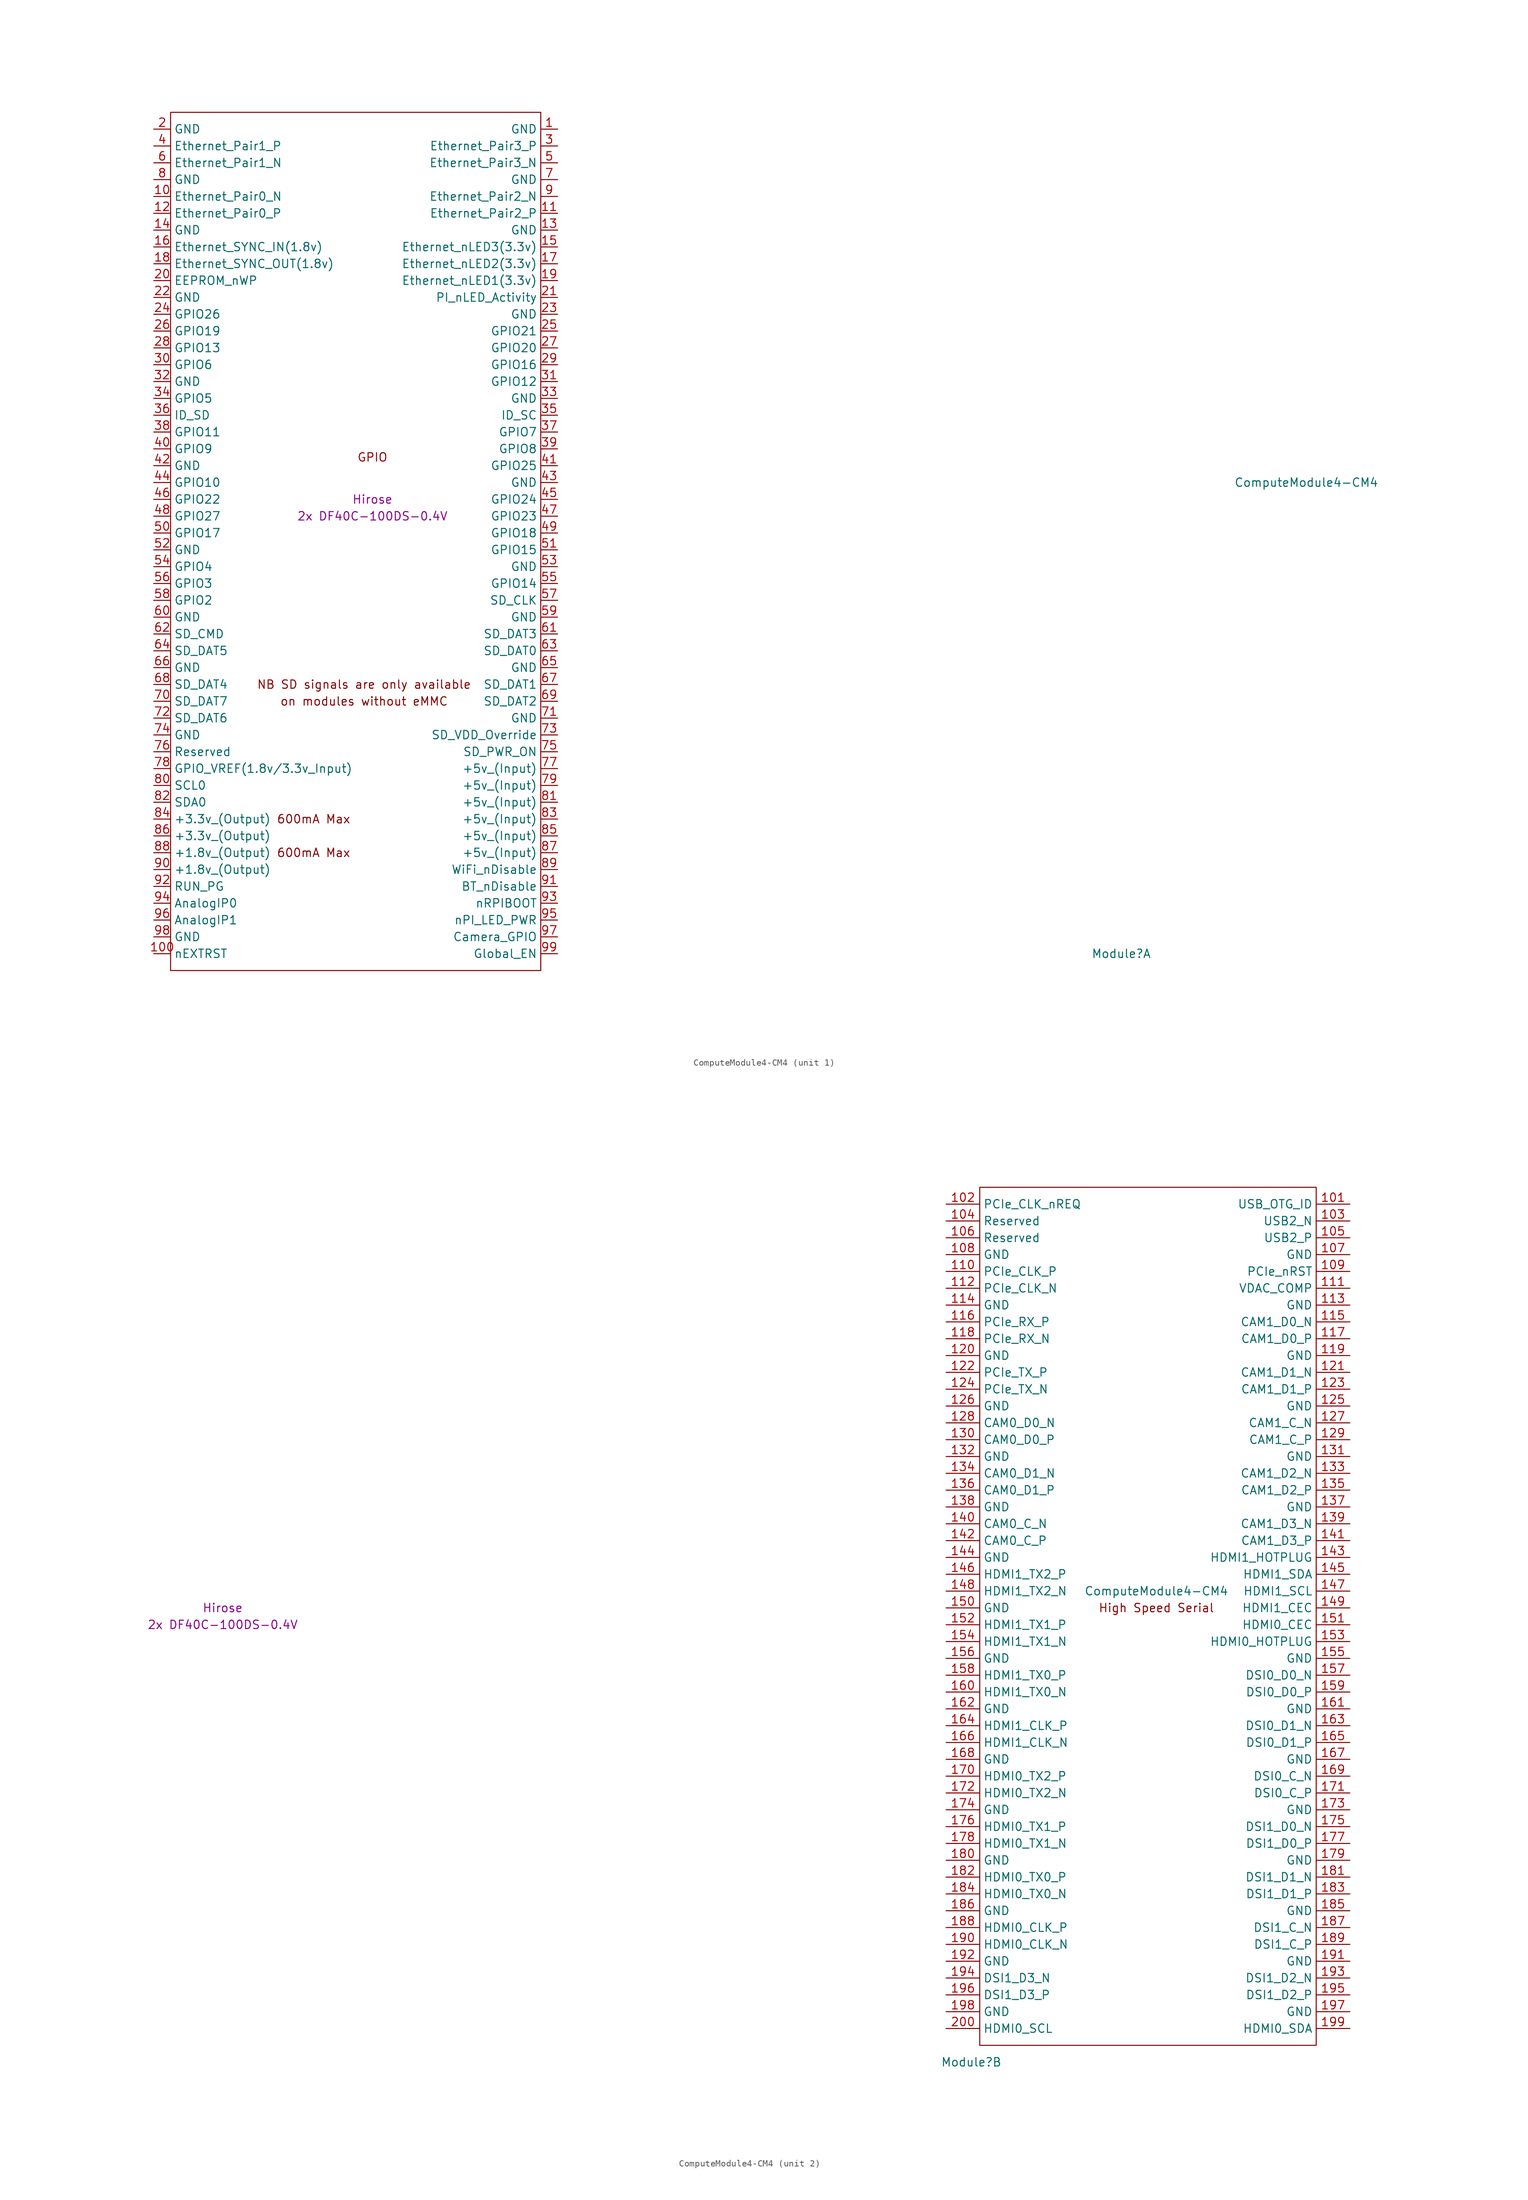
<source format=kicad_sym>
(kicad_symbol_lib
  (version 20201005)
  (generator kicad_symbol_editor)
  (symbol "AP3500:ComputeModule4-CM4"
    (property "Reference" "Module"
      (at 113.03 -68.58 0)
      (effects (font (size 1.27 1.27))))
    (property "Value" "ComputeModule4-CM4"
      (at 140.97 2.54 0)
      (effects (font (size 1.27 1.27))))
    (property "Field4" "Hirose"
      (at 0 0 0)
      (effects (font (size 1.27 1.27))))
    (property "Field5" "2x DF40C-100DS-0.4V"
      (at 0 -2.54 0)
      (effects (font (size 1.27 1.27))))
    (symbol "ComputeModule4-CM4_1_0"
      (text "GPIO" (at 0 6.35 0) (effects (font (size 1.27 1.27)))))
    (symbol "ComputeModule4-CM4_1_1"
      (text "600mA Max" (at -8.89 -53.34 0) (effects (font (size 1.27 1.27))))
      (text "600mA Max" (at -8.89 -48.26 0) (effects (font (size 1.27 1.27))))
      (text "NB SD signals are only available" (at -1.27 -27.94 0) (effects (font (size 1.27 1.27))))
      (text "on modules without eMMC" (at -1.27 -30.48 0) (effects (font (size 1.27 1.27))))
      (rectangle (start -30.48 -71.12) (end 25.4 58.42) (stroke (width 0)) (fill (type none)))
      (pin power_in line (at 27.94 55.88 180) (length 2.54) (name "GND" (effects (font (size 1.27 1.27)))) (number "1" (effects (font (size 1.27 1.27)))))
      (pin passive line (at -33.02 45.72 0) (length 2.54) (name "Ethernet_Pair0_N" (effects (font (size 1.27 1.27)))) (number "10" (effects (font (size 1.27 1.27)))))
      (pin output line (at -33.02 -68.58 0) (length 2.54) (name "nEXTRST" (effects (font (size 1.27 1.27)))) (number "100" (effects (font (size 1.27 1.27)))))
      (pin passive line (at 27.94 43.18 180) (length 2.54) (name "Ethernet_Pair2_P" (effects (font (size 1.27 1.27)))) (number "11" (effects (font (size 1.27 1.27)))))
      (pin passive line (at -33.02 43.18 0) (length 2.54) (name "Ethernet_Pair0_P" (effects (font (size 1.27 1.27)))) (number "12" (effects (font (size 1.27 1.27)))))
      (pin power_in line (at 27.94 40.64 180) (length 2.54) (name "GND" (effects (font (size 1.27 1.27)))) (number "13" (effects (font (size 1.27 1.27)))))
      (pin power_in line (at -33.02 40.64 0) (length 2.54) (name "GND" (effects (font (size 1.27 1.27)))) (number "14" (effects (font (size 1.27 1.27)))))
      (pin output line (at 27.94 38.1 180) (length 2.54) (name "Ethernet_nLED3(3.3v)" (effects (font (size 1.27 1.27)))) (number "15" (effects (font (size 1.27 1.27)))))
      (pin input line (at -33.02 38.1 0) (length 2.54) (name "Ethernet_SYNC_IN(1.8v)" (effects (font (size 1.27 1.27)))) (number "16" (effects (font (size 1.27 1.27)))))
      (pin output line (at 27.94 35.56 180) (length 2.54) (name "Ethernet_nLED2(3.3v)" (effects (font (size 1.27 1.27)))) (number "17" (effects (font (size 1.27 1.27)))))
      (pin input line (at -33.02 35.56 0) (length 2.54) (name "Ethernet_SYNC_OUT(1.8v)" (effects (font (size 1.27 1.27)))) (number "18" (effects (font (size 1.27 1.27)))))
      (pin output line (at 27.94 33.02 180) (length 2.54) (name "Ethernet_nLED1(3.3v)" (effects (font (size 1.27 1.27)))) (number "19" (effects (font (size 1.27 1.27)))))
      (pin power_in line (at -33.02 55.88 0) (length 2.54) (name "GND" (effects (font (size 1.27 1.27)))) (number "2" (effects (font (size 1.27 1.27)))))
      (pin passive line (at -33.02 33.02 0) (length 2.54) (name "EEPROM_nWP" (effects (font (size 1.27 1.27)))) (number "20" (effects (font (size 1.27 1.27)))))
      (pin open_collector line (at 27.94 30.48 180) (length 2.54) (name "PI_nLED_Activity" (effects (font (size 1.27 1.27)))) (number "21" (effects (font (size 1.27 1.27)))))
      (pin power_in line (at -33.02 30.48 0) (length 2.54) (name "GND" (effects (font (size 1.27 1.27)))) (number "22" (effects (font (size 1.27 1.27)))))
      (pin power_in line (at 27.94 27.94 180) (length 2.54) (name "GND" (effects (font (size 1.27 1.27)))) (number "23" (effects (font (size 1.27 1.27)))))
      (pin passive line (at -33.02 27.94 0) (length 2.54) (name "GPIO26" (effects (font (size 1.27 1.27)))) (number "24" (effects (font (size 1.27 1.27)))))
      (pin passive line (at 27.94 25.4 180) (length 2.54) (name "GPIO21" (effects (font (size 1.27 1.27)))) (number "25" (effects (font (size 1.27 1.27)))))
      (pin passive line (at -33.02 25.4 0) (length 2.54) (name "GPIO19" (effects (font (size 1.27 1.27)))) (number "26" (effects (font (size 1.27 1.27)))))
      (pin passive line (at 27.94 22.86 180) (length 2.54) (name "GPIO20" (effects (font (size 1.27 1.27)))) (number "27" (effects (font (size 1.27 1.27)))))
      (pin passive line (at -33.02 22.86 0) (length 2.54) (name "GPIO13" (effects (font (size 1.27 1.27)))) (number "28" (effects (font (size 1.27 1.27)))))
      (pin passive line (at 27.94 20.32 180) (length 2.54) (name "GPIO16" (effects (font (size 1.27 1.27)))) (number "29" (effects (font (size 1.27 1.27)))))
      (pin passive line (at 27.94 53.34 180) (length 2.54) (name "Ethernet_Pair3_P" (effects (font (size 1.27 1.27)))) (number "3" (effects (font (size 1.27 1.27)))))
      (pin passive line (at -33.02 20.32 0) (length 2.54) (name "GPIO6" (effects (font (size 1.27 1.27)))) (number "30" (effects (font (size 1.27 1.27)))))
      (pin passive line (at 27.94 17.78 180) (length 2.54) (name "GPIO12" (effects (font (size 1.27 1.27)))) (number "31" (effects (font (size 1.27 1.27)))))
      (pin power_in line (at -33.02 17.78 0) (length 2.54) (name "GND" (effects (font (size 1.27 1.27)))) (number "32" (effects (font (size 1.27 1.27)))))
      (pin power_in line (at 27.94 15.24 180) (length 2.54) (name "GND" (effects (font (size 1.27 1.27)))) (number "33" (effects (font (size 1.27 1.27)))))
      (pin passive line (at -33.02 15.24 0) (length 2.54) (name "GPIO5" (effects (font (size 1.27 1.27)))) (number "34" (effects (font (size 1.27 1.27)))))
      (pin passive line (at 27.94 12.7 180) (length 2.54) (name "ID_SC" (effects (font (size 1.27 1.27)))) (number "35" (effects (font (size 1.27 1.27)))))
      (pin passive line (at -33.02 12.7 0) (length 2.54) (name "ID_SD" (effects (font (size 1.27 1.27)))) (number "36" (effects (font (size 1.27 1.27)))))
      (pin passive line (at 27.94 10.16 180) (length 2.54) (name "GPIO7" (effects (font (size 1.27 1.27)))) (number "37" (effects (font (size 1.27 1.27)))))
      (pin passive line (at -33.02 10.16 0) (length 2.54) (name "GPIO11" (effects (font (size 1.27 1.27)))) (number "38" (effects (font (size 1.27 1.27)))))
      (pin passive line (at 27.94 7.62 180) (length 2.54) (name "GPIO8" (effects (font (size 1.27 1.27)))) (number "39" (effects (font (size 1.27 1.27)))))
      (pin passive line (at -33.02 53.34 0) (length 2.54) (name "Ethernet_Pair1_P" (effects (font (size 1.27 1.27)))) (number "4" (effects (font (size 1.27 1.27)))))
      (pin passive line (at -33.02 7.62 0) (length 2.54) (name "GPIO9" (effects (font (size 1.27 1.27)))) (number "40" (effects (font (size 1.27 1.27)))))
      (pin passive line (at 27.94 5.08 180) (length 2.54) (name "GPIO25" (effects (font (size 1.27 1.27)))) (number "41" (effects (font (size 1.27 1.27)))))
      (pin power_in line (at -33.02 5.08 0) (length 2.54) (name "GND" (effects (font (size 1.27 1.27)))) (number "42" (effects (font (size 1.27 1.27)))))
      (pin power_in line (at 27.94 2.54 180) (length 2.54) (name "GND" (effects (font (size 1.27 1.27)))) (number "43" (effects (font (size 1.27 1.27)))))
      (pin passive line (at -33.02 2.54 0) (length 2.54) (name "GPIO10" (effects (font (size 1.27 1.27)))) (number "44" (effects (font (size 1.27 1.27)))))
      (pin passive line (at 27.94 0 180) (length 2.54) (name "GPIO24" (effects (font (size 1.27 1.27)))) (number "45" (effects (font (size 1.27 1.27)))))
      (pin passive line (at -33.02 0 0) (length 2.54) (name "GPIO22" (effects (font (size 1.27 1.27)))) (number "46" (effects (font (size 1.27 1.27)))))
      (pin passive line (at 27.94 -2.54 180) (length 2.54) (name "GPIO23" (effects (font (size 1.27 1.27)))) (number "47" (effects (font (size 1.27 1.27)))))
      (pin passive line (at -33.02 -2.54 0) (length 2.54) (name "GPIO27" (effects (font (size 1.27 1.27)))) (number "48" (effects (font (size 1.27 1.27)))))
      (pin passive line (at 27.94 -5.08 180) (length 2.54) (name "GPIO18" (effects (font (size 1.27 1.27)))) (number "49" (effects (font (size 1.27 1.27)))))
      (pin passive line (at 27.94 50.8 180) (length 2.54) (name "Ethernet_Pair3_N" (effects (font (size 1.27 1.27)))) (number "5" (effects (font (size 1.27 1.27)))))
      (pin passive line (at -33.02 -5.08 0) (length 2.54) (name "GPIO17" (effects (font (size 1.27 1.27)))) (number "50" (effects (font (size 1.27 1.27)))))
      (pin passive line (at 27.94 -7.62 180) (length 2.54) (name "GPIO15" (effects (font (size 1.27 1.27)))) (number "51" (effects (font (size 1.27 1.27)))))
      (pin power_in line (at -33.02 -7.62 0) (length 2.54) (name "GND" (effects (font (size 1.27 1.27)))) (number "52" (effects (font (size 1.27 1.27)))))
      (pin power_in line (at 27.94 -10.16 180) (length 2.54) (name "GND" (effects (font (size 1.27 1.27)))) (number "53" (effects (font (size 1.27 1.27)))))
      (pin passive line (at -33.02 -10.16 0) (length 2.54) (name "GPIO4" (effects (font (size 1.27 1.27)))) (number "54" (effects (font (size 1.27 1.27)))))
      (pin passive line (at 27.94 -12.7 180) (length 2.54) (name "GPIO14" (effects (font (size 1.27 1.27)))) (number "55" (effects (font (size 1.27 1.27)))))
      (pin passive line (at -33.02 -12.7 0) (length 2.54) (name "GPIO3" (effects (font (size 1.27 1.27)))) (number "56" (effects (font (size 1.27 1.27)))))
      (pin passive line (at 27.94 -15.24 180) (length 2.54) (name "SD_CLK" (effects (font (size 1.27 1.27)))) (number "57" (effects (font (size 1.27 1.27)))))
      (pin passive line (at -33.02 -15.24 0) (length 2.54) (name "GPIO2" (effects (font (size 1.27 1.27)))) (number "58" (effects (font (size 1.27 1.27)))))
      (pin power_in line (at 27.94 -17.78 180) (length 2.54) (name "GND" (effects (font (size 1.27 1.27)))) (number "59" (effects (font (size 1.27 1.27)))))
      (pin passive line (at -33.02 50.8 0) (length 2.54) (name "Ethernet_Pair1_N" (effects (font (size 1.27 1.27)))) (number "6" (effects (font (size 1.27 1.27)))))
      (pin power_in line (at -33.02 -17.78 0) (length 2.54) (name "GND" (effects (font (size 1.27 1.27)))) (number "60" (effects (font (size 1.27 1.27)))))
      (pin passive line (at 27.94 -20.32 180) (length 2.54) (name "SD_DAT3" (effects (font (size 1.27 1.27)))) (number "61" (effects (font (size 1.27 1.27)))))
      (pin passive line (at -33.02 -20.32 0) (length 2.54) (name "SD_CMD" (effects (font (size 1.27 1.27)))) (number "62" (effects (font (size 1.27 1.27)))))
      (pin passive line (at 27.94 -22.86 180) (length 2.54) (name "SD_DAT0" (effects (font (size 1.27 1.27)))) (number "63" (effects (font (size 1.27 1.27)))))
      (pin passive line (at -33.02 -22.86 0) (length 2.54) (name "SD_DAT5" (effects (font (size 1.27 1.27)))) (number "64" (effects (font (size 1.27 1.27)))))
      (pin power_in line (at 27.94 -25.4 180) (length 2.54) (name "GND" (effects (font (size 1.27 1.27)))) (number "65" (effects (font (size 1.27 1.27)))))
      (pin power_in line (at -33.02 -25.4 0) (length 2.54) (name "GND" (effects (font (size 1.27 1.27)))) (number "66" (effects (font (size 1.27 1.27)))))
      (pin passive line (at 27.94 -27.94 180) (length 2.54) (name "SD_DAT1" (effects (font (size 1.27 1.27)))) (number "67" (effects (font (size 1.27 1.27)))))
      (pin passive line (at -33.02 -27.94 0) (length 2.54) (name "SD_DAT4" (effects (font (size 1.27 1.27)))) (number "68" (effects (font (size 1.27 1.27)))))
      (pin passive line (at 27.94 -30.48 180) (length 2.54) (name "SD_DAT2" (effects (font (size 1.27 1.27)))) (number "69" (effects (font (size 1.27 1.27)))))
      (pin power_in line (at 27.94 48.26 180) (length 2.54) (name "GND" (effects (font (size 1.27 1.27)))) (number "7" (effects (font (size 1.27 1.27)))))
      (pin passive line (at -33.02 -30.48 0) (length 2.54) (name "SD_DAT7" (effects (font (size 1.27 1.27)))) (number "70" (effects (font (size 1.27 1.27)))))
      (pin power_in line (at 27.94 -33.02 180) (length 2.54) (name "GND" (effects (font (size 1.27 1.27)))) (number "71" (effects (font (size 1.27 1.27)))))
      (pin passive line (at -33.02 -33.02 0) (length 2.54) (name "SD_DAT6" (effects (font (size 1.27 1.27)))) (number "72" (effects (font (size 1.27 1.27)))))
      (pin input line (at 27.94 -35.56 180) (length 2.54) (name "SD_VDD_Override" (effects (font (size 1.27 1.27)))) (number "73" (effects (font (size 1.27 1.27)))))
      (pin power_in line (at -33.02 -35.56 0) (length 2.54) (name "GND" (effects (font (size 1.27 1.27)))) (number "74" (effects (font (size 1.27 1.27)))))
      (pin output line (at 27.94 -38.1 180) (length 2.54) (name "SD_PWR_ON" (effects (font (size 1.27 1.27)))) (number "75" (effects (font (size 1.27 1.27)))))
      (pin passive line (at -33.02 -38.1 0) (length 2.54) (name "Reserved" (effects (font (size 1.27 1.27)))) (number "76" (effects (font (size 1.27 1.27)))))
      (pin power_in line (at 27.94 -40.64 180) (length 2.54) (name "+5v_(Input)" (effects (font (size 1.27 1.27)))) (number "77" (effects (font (size 1.27 1.27)))))
      (pin power_in line (at -33.02 -40.64 0) (length 2.54) (name "GPIO_VREF(1.8v/3.3v_Input)" (effects (font (size 1.27 1.27)))) (number "78" (effects (font (size 1.27 1.27)))))
      (pin power_in line (at 27.94 -43.18 180) (length 2.54) (name "+5v_(Input)" (effects (font (size 1.27 1.27)))) (number "79" (effects (font (size 1.27 1.27)))))
      (pin power_in line (at -33.02 48.26 0) (length 2.54) (name "GND" (effects (font (size 1.27 1.27)))) (number "8" (effects (font (size 1.27 1.27)))))
      (pin passive line (at -33.02 -43.18 0) (length 2.54) (name "SCL0" (effects (font (size 1.27 1.27)))) (number "80" (effects (font (size 1.27 1.27)))))
      (pin power_in line (at 27.94 -45.72 180) (length 2.54) (name "+5v_(Input)" (effects (font (size 1.27 1.27)))) (number "81" (effects (font (size 1.27 1.27)))))
      (pin passive line (at -33.02 -45.72 0) (length 2.54) (name "SDA0" (effects (font (size 1.27 1.27)))) (number "82" (effects (font (size 1.27 1.27)))))
      (pin power_in line (at 27.94 -48.26 180) (length 2.54) (name "+5v_(Input)" (effects (font (size 1.27 1.27)))) (number "83" (effects (font (size 1.27 1.27)))))
      (pin power_out line (at -33.02 -48.26 0) (length 2.54) (name "+3.3v_(Output)" (effects (font (size 1.27 1.27)))) (number "84" (effects (font (size 1.27 1.27)))))
      (pin power_in line (at 27.94 -50.8 180) (length 2.54) (name "+5v_(Input)" (effects (font (size 1.27 1.27)))) (number "85" (effects (font (size 1.27 1.27)))))
      (pin power_out line (at -33.02 -50.8 0) (length 2.54) (name "+3.3v_(Output)" (effects (font (size 1.27 1.27)))) (number "86" (effects (font (size 1.27 1.27)))))
      (pin power_in line (at 27.94 -53.34 180) (length 2.54) (name "+5v_(Input)" (effects (font (size 1.27 1.27)))) (number "87" (effects (font (size 1.27 1.27)))))
      (pin power_out line (at -33.02 -53.34 0) (length 2.54) (name "+1.8v_(Output)" (effects (font (size 1.27 1.27)))) (number "88" (effects (font (size 1.27 1.27)))))
      (pin power_in line (at 27.94 -55.88 180) (length 2.54) (name "WiFi_nDisable" (effects (font (size 1.27 1.27)))) (number "89" (effects (font (size 1.27 1.27)))))
      (pin passive line (at 27.94 45.72 180) (length 2.54) (name "Ethernet_Pair2_N" (effects (font (size 1.27 1.27)))) (number "9" (effects (font (size 1.27 1.27)))))
      (pin power_out line (at -33.02 -55.88 0) (length 2.54) (name "+1.8v_(Output)" (effects (font (size 1.27 1.27)))) (number "90" (effects (font (size 1.27 1.27)))))
      (pin power_in line (at 27.94 -58.42 180) (length 2.54) (name "BT_nDisable" (effects (font (size 1.27 1.27)))) (number "91" (effects (font (size 1.27 1.27)))))
      (pin passive line (at -33.02 -58.42 0) (length 2.54) (name "RUN_PG" (effects (font (size 1.27 1.27)))) (number "92" (effects (font (size 1.27 1.27)))))
      (pin input line (at 27.94 -60.96 180) (length 2.54) (name "nRPIBOOT" (effects (font (size 1.27 1.27)))) (number "93" (effects (font (size 1.27 1.27)))))
      (pin passive line (at -33.02 -60.96 0) (length 2.54) (name "AnalogIP0" (effects (font (size 1.27 1.27)))) (number "94" (effects (font (size 1.27 1.27)))))
      (pin output line (at 27.94 -63.5 180) (length 2.54) (name "nPI_LED_PWR" (effects (font (size 1.27 1.27)))) (number "95" (effects (font (size 1.27 1.27)))))
      (pin passive line (at -33.02 -63.5 0) (length 2.54) (name "AnalogIP1" (effects (font (size 1.27 1.27)))) (number "96" (effects (font (size 1.27 1.27)))))
      (pin passive line (at 27.94 -66.04 180) (length 2.54) (name "Camera_GPIO" (effects (font (size 1.27 1.27)))) (number "97" (effects (font (size 1.27 1.27)))))
      (pin power_in line (at -33.02 -66.04 0) (length 2.54) (name "GND" (effects (font (size 1.27 1.27)))) (number "98" (effects (font (size 1.27 1.27)))))
      (pin input line (at 27.94 -68.58 180) (length 2.54) (name "Global_EN" (effects (font (size 1.27 1.27)))) (number "99" (effects (font (size 1.27 1.27))))))
    (symbol "ComputeModule4-CM4_2_1"
      (text "High Speed Serial" (at 140.97 0 0) (effects (font (size 1.27 1.27))))
      (rectangle (start 114.3 -66.04) (end 165.1 63.5) (stroke (width 0)) (fill (type none)))
      (pin input line (at 170.18 60.96 180) (length 5.08) (name "USB_OTG_ID" (effects (font (size 1.27 1.27)))) (number "101" (effects (font (size 1.27 1.27)))))
      (pin input line (at 109.22 60.96 0) (length 5.08) (name "PCIe_CLK_nREQ" (effects (font (size 1.27 1.27)))) (number "102" (effects (font (size 1.27 1.27)))))
      (pin passive line (at 170.18 58.42 180) (length 5.08) (name "USB2_N" (effects (font (size 1.27 1.27)))) (number "103" (effects (font (size 1.27 1.27)))))
      (pin passive line (at 109.22 58.42 0) (length 5.08) (name "Reserved" (effects (font (size 1.27 1.27)))) (number "104" (effects (font (size 1.27 1.27)))))
      (pin passive line (at 170.18 55.88 180) (length 5.08) (name "USB2_P" (effects (font (size 1.27 1.27)))) (number "105" (effects (font (size 1.27 1.27)))))
      (pin passive line (at 109.22 55.88 0) (length 5.08) (name "Reserved" (effects (font (size 1.27 1.27)))) (number "106" (effects (font (size 1.27 1.27)))))
      (pin power_in line (at 170.18 53.34 180) (length 5.08) (name "GND" (effects (font (size 1.27 1.27)))) (number "107" (effects (font (size 1.27 1.27)))))
      (pin power_in line (at 109.22 53.34 0) (length 5.08) (name "GND" (effects (font (size 1.27 1.27)))) (number "108" (effects (font (size 1.27 1.27)))))
      (pin bidirectional line (at 170.18 50.8 180) (length 5.08) (name "PCIe_nRST" (effects (font (size 1.27 1.27)))) (number "109" (effects (font (size 1.27 1.27)))))
      (pin output line (at 109.22 50.8 0) (length 5.08) (name "PCIe_CLK_P" (effects (font (size 1.27 1.27)))) (number "110" (effects (font (size 1.27 1.27)))))
      (pin passive line (at 170.18 48.26 180) (length 5.08) (name "VDAC_COMP" (effects (font (size 1.27 1.27)))) (number "111" (effects (font (size 1.27 1.27)))))
      (pin output line (at 109.22 48.26 0) (length 5.08) (name "PCIe_CLK_N" (effects (font (size 1.27 1.27)))) (number "112" (effects (font (size 1.27 1.27)))))
      (pin power_in line (at 170.18 45.72 180) (length 5.08) (name "GND" (effects (font (size 1.27 1.27)))) (number "113" (effects (font (size 1.27 1.27)))))
      (pin power_in line (at 109.22 45.72 0) (length 5.08) (name "GND" (effects (font (size 1.27 1.27)))) (number "114" (effects (font (size 1.27 1.27)))))
      (pin input line (at 170.18 43.18 180) (length 5.08) (name "CAM1_D0_N" (effects (font (size 1.27 1.27)))) (number "115" (effects (font (size 1.27 1.27)))))
      (pin input line (at 109.22 43.18 0) (length 5.08) (name "PCIe_RX_P" (effects (font (size 1.27 1.27)))) (number "116" (effects (font (size 1.27 1.27)))))
      (pin input line (at 170.18 40.64 180) (length 5.08) (name "CAM1_D0_P" (effects (font (size 1.27 1.27)))) (number "117" (effects (font (size 1.27 1.27)))))
      (pin input line (at 109.22 40.64 0) (length 5.08) (name "PCIe_RX_N" (effects (font (size 1.27 1.27)))) (number "118" (effects (font (size 1.27 1.27)))))
      (pin power_in line (at 170.18 38.1 180) (length 5.08) (name "GND" (effects (font (size 1.27 1.27)))) (number "119" (effects (font (size 1.27 1.27)))))
      (pin power_in line (at 109.22 38.1 0) (length 5.08) (name "GND" (effects (font (size 1.27 1.27)))) (number "120" (effects (font (size 1.27 1.27)))))
      (pin input line (at 170.18 35.56 180) (length 5.08) (name "CAM1_D1_N" (effects (font (size 1.27 1.27)))) (number "121" (effects (font (size 1.27 1.27)))))
      (pin output line (at 109.22 35.56 0) (length 5.08) (name "PCIe_TX_P" (effects (font (size 1.27 1.27)))) (number "122" (effects (font (size 1.27 1.27)))))
      (pin input line (at 170.18 33.02 180) (length 5.08) (name "CAM1_D1_P" (effects (font (size 1.27 1.27)))) (number "123" (effects (font (size 1.27 1.27)))))
      (pin output line (at 109.22 33.02 0) (length 5.08) (name "PCIe_TX_N" (effects (font (size 1.27 1.27)))) (number "124" (effects (font (size 1.27 1.27)))))
      (pin power_in line (at 170.18 30.48 180) (length 5.08) (name "GND" (effects (font (size 1.27 1.27)))) (number "125" (effects (font (size 1.27 1.27)))))
      (pin power_in line (at 109.22 30.48 0) (length 5.08) (name "GND" (effects (font (size 1.27 1.27)))) (number "126" (effects (font (size 1.27 1.27)))))
      (pin input line (at 170.18 27.94 180) (length 5.08) (name "CAM1_C_N" (effects (font (size 1.27 1.27)))) (number "127" (effects (font (size 1.27 1.27)))))
      (pin input line (at 109.22 27.94 0) (length 5.08) (name "CAM0_D0_N" (effects (font (size 1.27 1.27)))) (number "128" (effects (font (size 1.27 1.27)))))
      (pin input line (at 170.18 25.4 180) (length 5.08) (name "CAM1_C_P" (effects (font (size 1.27 1.27)))) (number "129" (effects (font (size 1.27 1.27)))))
      (pin input line (at 109.22 25.4 0) (length 5.08) (name "CAM0_D0_P" (effects (font (size 1.27 1.27)))) (number "130" (effects (font (size 1.27 1.27)))))
      (pin power_in line (at 170.18 22.86 180) (length 5.08) (name "GND" (effects (font (size 1.27 1.27)))) (number "131" (effects (font (size 1.27 1.27)))))
      (pin power_in line (at 109.22 22.86 0) (length 5.08) (name "GND" (effects (font (size 1.27 1.27)))) (number "132" (effects (font (size 1.27 1.27)))))
      (pin input line (at 170.18 20.32 180) (length 5.08) (name "CAM1_D2_N" (effects (font (size 1.27 1.27)))) (number "133" (effects (font (size 1.27 1.27)))))
      (pin input line (at 109.22 20.32 0) (length 5.08) (name "CAM0_D1_N" (effects (font (size 1.27 1.27)))) (number "134" (effects (font (size 1.27 1.27)))))
      (pin input line (at 170.18 17.78 180) (length 5.08) (name "CAM1_D2_P" (effects (font (size 1.27 1.27)))) (number "135" (effects (font (size 1.27 1.27)))))
      (pin input line (at 109.22 17.78 0) (length 5.08) (name "CAM0_D1_P" (effects (font (size 1.27 1.27)))) (number "136" (effects (font (size 1.27 1.27)))))
      (pin power_in line (at 170.18 15.24 180) (length 5.08) (name "GND" (effects (font (size 1.27 1.27)))) (number "137" (effects (font (size 1.27 1.27)))))
      (pin power_in line (at 109.22 15.24 0) (length 5.08) (name "GND" (effects (font (size 1.27 1.27)))) (number "138" (effects (font (size 1.27 1.27)))))
      (pin input line (at 170.18 12.7 180) (length 5.08) (name "CAM1_D3_N" (effects (font (size 1.27 1.27)))) (number "139" (effects (font (size 1.27 1.27)))))
      (pin input line (at 109.22 12.7 0) (length 5.08) (name "CAM0_C_N" (effects (font (size 1.27 1.27)))) (number "140" (effects (font (size 1.27 1.27)))))
      (pin input line (at 170.18 10.16 180) (length 5.08) (name "CAM1_D3_P" (effects (font (size 1.27 1.27)))) (number "141" (effects (font (size 1.27 1.27)))))
      (pin input line (at 109.22 10.16 0) (length 5.08) (name "CAM0_C_P" (effects (font (size 1.27 1.27)))) (number "142" (effects (font (size 1.27 1.27)))))
      (pin input line (at 170.18 7.62 180) (length 5.08) (name "HDMI1_HOTPLUG" (effects (font (size 1.27 1.27)))) (number "143" (effects (font (size 1.27 1.27)))))
      (pin power_in line (at 109.22 7.62 0) (length 5.08) (name "GND" (effects (font (size 1.27 1.27)))) (number "144" (effects (font (size 1.27 1.27)))))
      (pin bidirectional line (at 170.18 5.08 180) (length 5.08) (name "HDMI1_SDA" (effects (font (size 1.27 1.27)))) (number "145" (effects (font (size 1.27 1.27)))))
      (pin output line (at 109.22 5.08 0) (length 5.08) (name "HDMI1_TX2_P" (effects (font (size 1.27 1.27)))) (number "146" (effects (font (size 1.27 1.27)))))
      (pin open_collector line (at 170.18 2.54 180) (length 5.08) (name "HDMI1_SCL" (effects (font (size 1.27 1.27)))) (number "147" (effects (font (size 1.27 1.27)))))
      (pin output line (at 109.22 2.54 0) (length 5.08) (name "HDMI1_TX2_N" (effects (font (size 1.27 1.27)))) (number "148" (effects (font (size 1.27 1.27)))))
      (pin open_collector line (at 170.18 0 180) (length 5.08) (name "HDMI1_CEC" (effects (font (size 1.27 1.27)))) (number "149" (effects (font (size 1.27 1.27)))))
      (pin power_in line (at 109.22 0 0) (length 5.08) (name "GND" (effects (font (size 1.27 1.27)))) (number "150" (effects (font (size 1.27 1.27)))))
      (pin open_collector line (at 170.18 -2.54 180) (length 5.08) (name "HDMI0_CEC" (effects (font (size 1.27 1.27)))) (number "151" (effects (font (size 1.27 1.27)))))
      (pin output line (at 109.22 -2.54 0) (length 5.08) (name "HDMI1_TX1_P" (effects (font (size 1.27 1.27)))) (number "152" (effects (font (size 1.27 1.27)))))
      (pin input line (at 170.18 -5.08 180) (length 5.08) (name "HDMI0_HOTPLUG" (effects (font (size 1.27 1.27)))) (number "153" (effects (font (size 1.27 1.27)))))
      (pin output line (at 109.22 -5.08 0) (length 5.08) (name "HDMI1_TX1_N" (effects (font (size 1.27 1.27)))) (number "154" (effects (font (size 1.27 1.27)))))
      (pin power_in line (at 170.18 -7.62 180) (length 5.08) (name "GND" (effects (font (size 1.27 1.27)))) (number "155" (effects (font (size 1.27 1.27)))))
      (pin power_in line (at 109.22 -7.62 0) (length 5.08) (name "GND" (effects (font (size 1.27 1.27)))) (number "156" (effects (font (size 1.27 1.27)))))
      (pin output line (at 170.18 -10.16 180) (length 5.08) (name "DSI0_D0_N" (effects (font (size 1.27 1.27)))) (number "157" (effects (font (size 1.27 1.27)))))
      (pin output line (at 109.22 -10.16 0) (length 5.08) (name "HDMI1_TX0_P" (effects (font (size 1.27 1.27)))) (number "158" (effects (font (size 1.27 1.27)))))
      (pin output line (at 170.18 -12.7 180) (length 5.08) (name "DSI0_D0_P" (effects (font (size 1.27 1.27)))) (number "159" (effects (font (size 1.27 1.27)))))
      (pin output line (at 109.22 -12.7 0) (length 5.08) (name "HDMI1_TX0_N" (effects (font (size 1.27 1.27)))) (number "160" (effects (font (size 1.27 1.27)))))
      (pin power_in line (at 170.18 -15.24 180) (length 5.08) (name "GND" (effects (font (size 1.27 1.27)))) (number "161" (effects (font (size 1.27 1.27)))))
      (pin power_in line (at 109.22 -15.24 0) (length 5.08) (name "GND" (effects (font (size 1.27 1.27)))) (number "162" (effects (font (size 1.27 1.27)))))
      (pin output line (at 170.18 -17.78 180) (length 5.08) (name "DSI0_D1_N" (effects (font (size 1.27 1.27)))) (number "163" (effects (font (size 1.27 1.27)))))
      (pin output line (at 109.22 -17.78 0) (length 5.08) (name "HDMI1_CLK_P" (effects (font (size 1.27 1.27)))) (number "164" (effects (font (size 1.27 1.27)))))
      (pin output line (at 170.18 -20.32 180) (length 5.08) (name "DSI0_D1_P" (effects (font (size 1.27 1.27)))) (number "165" (effects (font (size 1.27 1.27)))))
      (pin output line (at 109.22 -20.32 0) (length 5.08) (name "HDMI1_CLK_N" (effects (font (size 1.27 1.27)))) (number "166" (effects (font (size 1.27 1.27)))))
      (pin power_in line (at 170.18 -22.86 180) (length 5.08) (name "GND" (effects (font (size 1.27 1.27)))) (number "167" (effects (font (size 1.27 1.27)))))
      (pin power_in line (at 109.22 -22.86 0) (length 5.08) (name "GND" (effects (font (size 1.27 1.27)))) (number "168" (effects (font (size 1.27 1.27)))))
      (pin output line (at 170.18 -25.4 180) (length 5.08) (name "DSI0_C_N" (effects (font (size 1.27 1.27)))) (number "169" (effects (font (size 1.27 1.27)))))
      (pin output line (at 109.22 -25.4 0) (length 5.08) (name "HDMI0_TX2_P" (effects (font (size 1.27 1.27)))) (number "170" (effects (font (size 1.27 1.27)))))
      (pin output line (at 170.18 -27.94 180) (length 5.08) (name "DSI0_C_P" (effects (font (size 1.27 1.27)))) (number "171" (effects (font (size 1.27 1.27)))))
      (pin output line (at 109.22 -27.94 0) (length 5.08) (name "HDMI0_TX2_N" (effects (font (size 1.27 1.27)))) (number "172" (effects (font (size 1.27 1.27)))))
      (pin power_in line (at 170.18 -30.48 180) (length 5.08) (name "GND" (effects (font (size 1.27 1.27)))) (number "173" (effects (font (size 1.27 1.27)))))
      (pin power_in line (at 109.22 -30.48 0) (length 5.08) (name "GND" (effects (font (size 1.27 1.27)))) (number "174" (effects (font (size 1.27 1.27)))))
      (pin output line (at 170.18 -33.02 180) (length 5.08) (name "DSI1_D0_N" (effects (font (size 1.27 1.27)))) (number "175" (effects (font (size 1.27 1.27)))))
      (pin output line (at 109.22 -33.02 0) (length 5.08) (name "HDMI0_TX1_P" (effects (font (size 1.27 1.27)))) (number "176" (effects (font (size 1.27 1.27)))))
      (pin output line (at 170.18 -35.56 180) (length 5.08) (name "DSI1_D0_P" (effects (font (size 1.27 1.27)))) (number "177" (effects (font (size 1.27 1.27)))))
      (pin output line (at 109.22 -35.56 0) (length 5.08) (name "HDMI0_TX1_N" (effects (font (size 1.27 1.27)))) (number "178" (effects (font (size 1.27 1.27)))))
      (pin power_in line (at 170.18 -38.1 180) (length 5.08) (name "GND" (effects (font (size 1.27 1.27)))) (number "179" (effects (font (size 1.27 1.27)))))
      (pin power_in line (at 109.22 -38.1 0) (length 5.08) (name "GND" (effects (font (size 1.27 1.27)))) (number "180" (effects (font (size 1.27 1.27)))))
      (pin output line (at 170.18 -40.64 180) (length 5.08) (name "DSI1_D1_N" (effects (font (size 1.27 1.27)))) (number "181" (effects (font (size 1.27 1.27)))))
      (pin output line (at 109.22 -40.64 0) (length 5.08) (name "HDMI0_TX0_P" (effects (font (size 1.27 1.27)))) (number "182" (effects (font (size 1.27 1.27)))))
      (pin output line (at 170.18 -43.18 180) (length 5.08) (name "DSI1_D1_P" (effects (font (size 1.27 1.27)))) (number "183" (effects (font (size 1.27 1.27)))))
      (pin output line (at 109.22 -43.18 0) (length 5.08) (name "HDMI0_TX0_N" (effects (font (size 1.27 1.27)))) (number "184" (effects (font (size 1.27 1.27)))))
      (pin power_in line (at 170.18 -45.72 180) (length 5.08) (name "GND" (effects (font (size 1.27 1.27)))) (number "185" (effects (font (size 1.27 1.27)))))
      (pin power_in line (at 109.22 -45.72 0) (length 5.08) (name "GND" (effects (font (size 1.27 1.27)))) (number "186" (effects (font (size 1.27 1.27)))))
      (pin output line (at 170.18 -48.26 180) (length 5.08) (name "DSI1_C_N" (effects (font (size 1.27 1.27)))) (number "187" (effects (font (size 1.27 1.27)))))
      (pin output line (at 109.22 -48.26 0) (length 5.08) (name "HDMI0_CLK_P" (effects (font (size 1.27 1.27)))) (number "188" (effects (font (size 1.27 1.27)))))
      (pin output line (at 170.18 -50.8 180) (length 5.08) (name "DSI1_C_P" (effects (font (size 1.27 1.27)))) (number "189" (effects (font (size 1.27 1.27)))))
      (pin output line (at 109.22 -50.8 0) (length 5.08) (name "HDMI0_CLK_N" (effects (font (size 1.27 1.27)))) (number "190" (effects (font (size 1.27 1.27)))))
      (pin power_in line (at 170.18 -53.34 180) (length 5.08) (name "GND" (effects (font (size 1.27 1.27)))) (number "191" (effects (font (size 1.27 1.27)))))
      (pin power_in line (at 109.22 -53.34 0) (length 5.08) (name "GND" (effects (font (size 1.27 1.27)))) (number "192" (effects (font (size 1.27 1.27)))))
      (pin output line (at 170.18 -55.88 180) (length 5.08) (name "DSI1_D2_N" (effects (font (size 1.27 1.27)))) (number "193" (effects (font (size 1.27 1.27)))))
      (pin output line (at 109.22 -55.88 0) (length 5.08) (name "DSI1_D3_N" (effects (font (size 1.27 1.27)))) (number "194" (effects (font (size 1.27 1.27)))))
      (pin output line (at 170.18 -58.42 180) (length 5.08) (name "DSI1_D2_P" (effects (font (size 1.27 1.27)))) (number "195" (effects (font (size 1.27 1.27)))))
      (pin output line (at 109.22 -58.42 0) (length 5.08) (name "DSI1_D3_P" (effects (font (size 1.27 1.27)))) (number "196" (effects (font (size 1.27 1.27)))))
      (pin power_in line (at 170.18 -60.96 180) (length 5.08) (name "GND" (effects (font (size 1.27 1.27)))) (number "197" (effects (font (size 1.27 1.27)))))
      (pin power_in line (at 109.22 -60.96 0) (length 5.08) (name "GND" (effects (font (size 1.27 1.27)))) (number "198" (effects (font (size 1.27 1.27)))))
      (pin bidirectional line (at 170.18 -63.5 180) (length 5.08) (name "HDMI0_SDA" (effects (font (size 1.27 1.27)))) (number "199" (effects (font (size 1.27 1.27)))))
      (pin open_collector line (at 109.22 -63.5 0) (length 5.08) (name "HDMI0_SCL" (effects (font (size 1.27 1.27)))) (number "200" (effects (font (size 1.27 1.27))))))))
</source>
